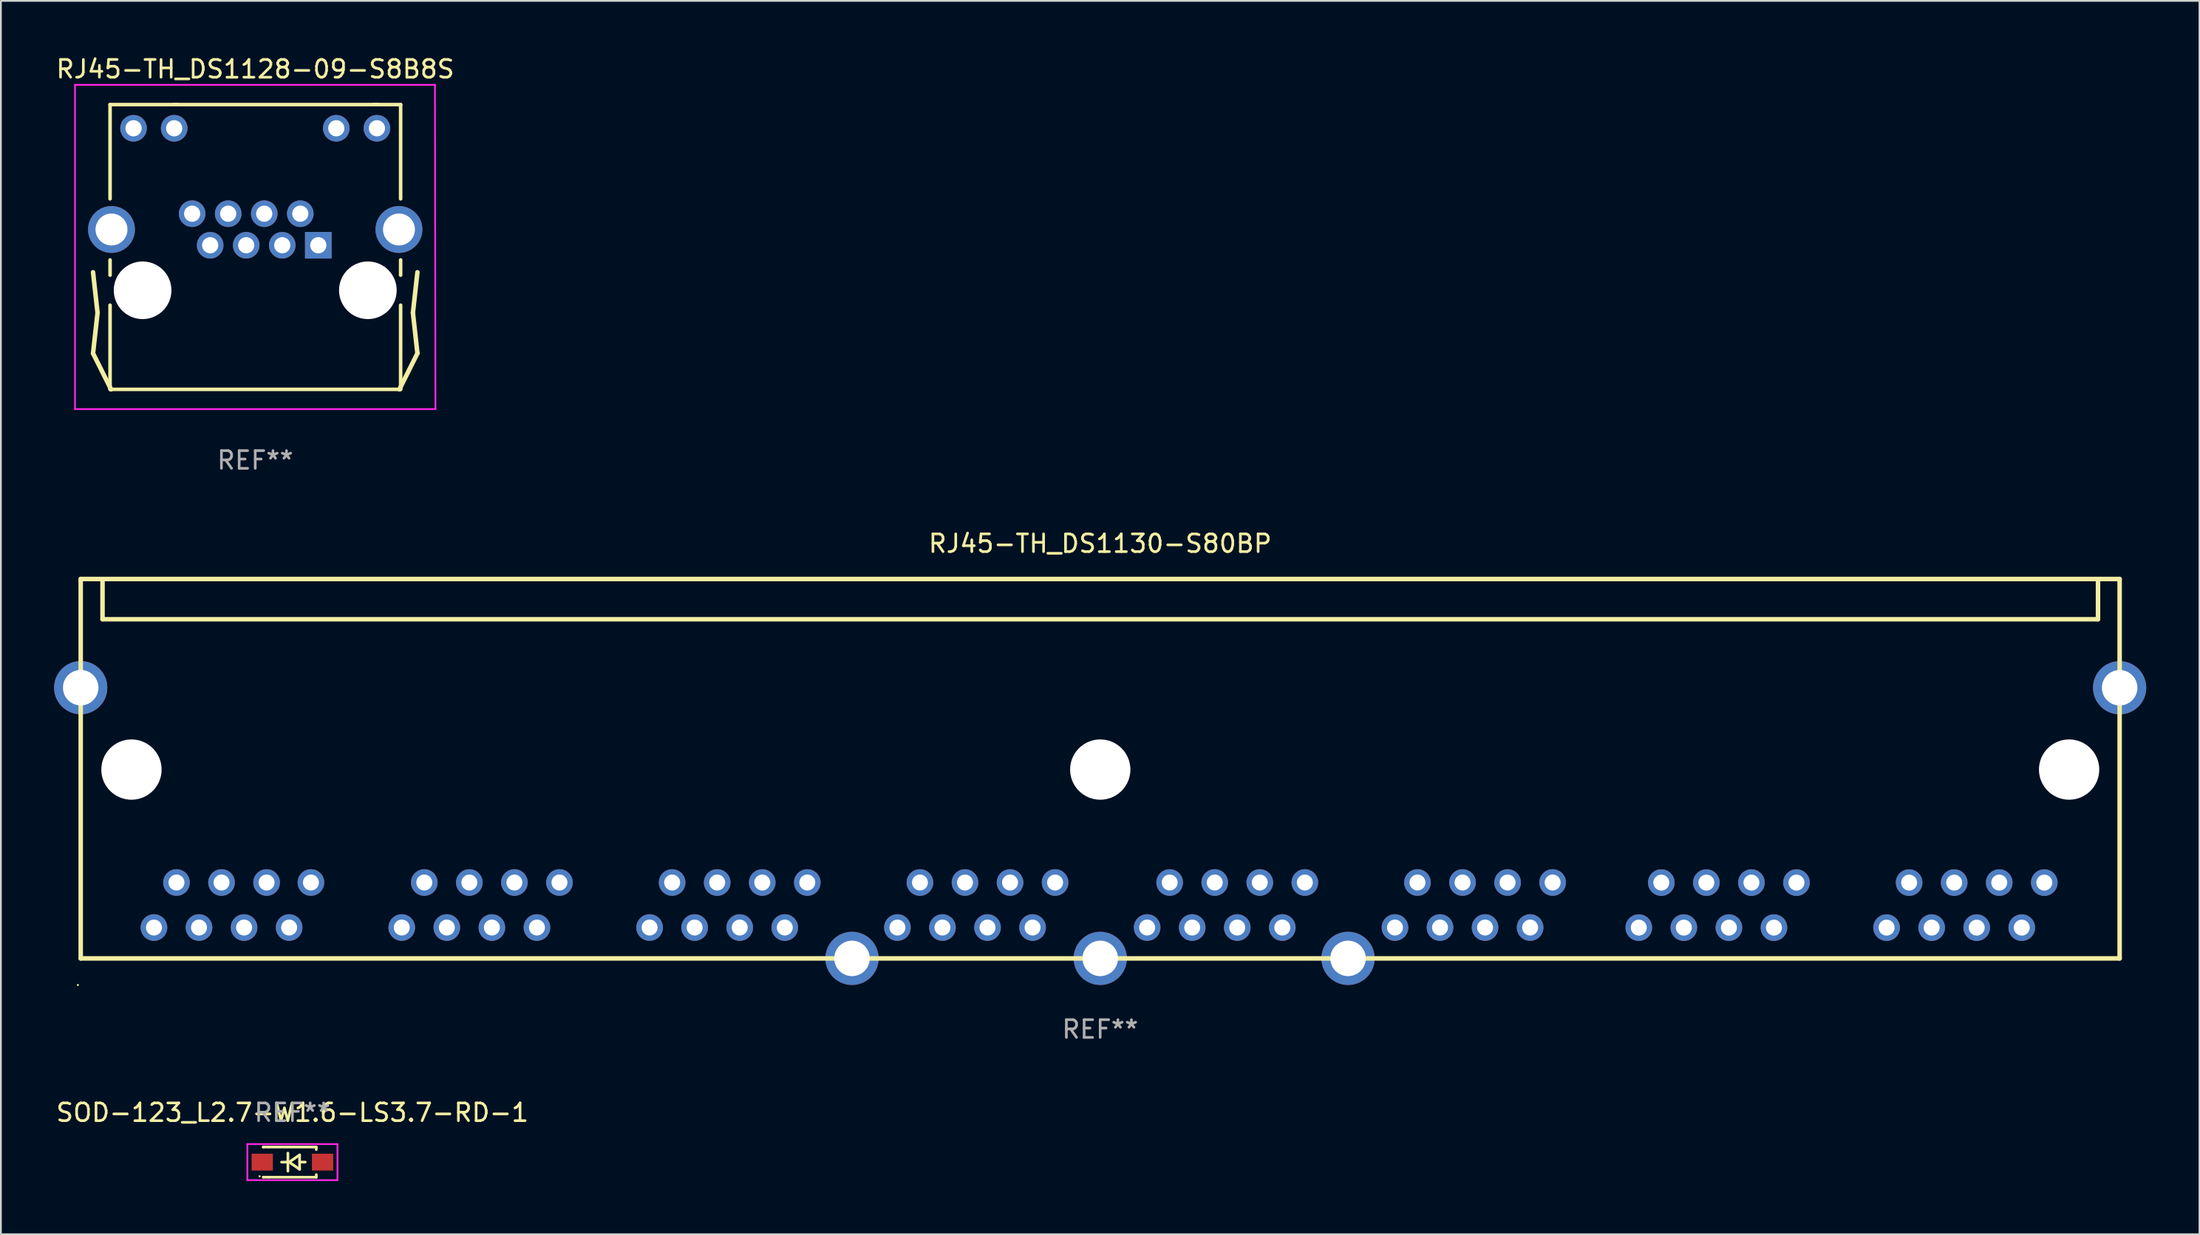
<source format=kicad_pcb>
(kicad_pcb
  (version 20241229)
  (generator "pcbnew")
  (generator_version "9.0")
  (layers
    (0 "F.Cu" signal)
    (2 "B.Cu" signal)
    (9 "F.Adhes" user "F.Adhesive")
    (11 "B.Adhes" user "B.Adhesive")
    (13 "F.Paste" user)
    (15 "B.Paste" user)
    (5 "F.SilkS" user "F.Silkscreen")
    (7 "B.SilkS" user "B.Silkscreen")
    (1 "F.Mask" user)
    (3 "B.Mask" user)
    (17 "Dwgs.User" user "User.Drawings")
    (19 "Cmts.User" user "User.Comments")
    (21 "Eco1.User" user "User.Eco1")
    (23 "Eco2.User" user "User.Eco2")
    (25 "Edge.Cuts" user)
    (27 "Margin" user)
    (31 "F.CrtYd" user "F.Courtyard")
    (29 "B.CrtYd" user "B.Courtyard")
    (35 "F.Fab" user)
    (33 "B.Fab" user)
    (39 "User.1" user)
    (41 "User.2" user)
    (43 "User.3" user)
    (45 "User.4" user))
  (footprint "RJ45-TH_DS1130-S80BP"
    (layer "F.Cu")
    (at 58.974 40.308)
    (property "Reference" "RJ45-TH_DS1130-S80BP" (at 0 -12.7 0) (layer "F.SilkS") (effects (font (size 1 1) (thickness 0.15))))
    (attr through_hole)
    (fp_line (start -57.474 -10.7) (end -57.474 10.7) (stroke (width 0.254) (type solid)) (layer "F.SilkS"))
    (fp_line (start -57.474 -10.7) (end 57.474 -10.7) (stroke (width 0.254) (type solid)) (layer "F.SilkS"))
    (fp_line (start -56.244 -10.68) (end -56.244 -8.43) (stroke (width 0.254) (type solid)) (layer "F.SilkS"))
    (fp_line (start -56.244 -8.43) (end 56.254 -8.43) (stroke (width 0.254) (type solid)) (layer "F.SilkS"))
    (fp_line (start 56.254 -10.68) (end 56.254 -8.43) (stroke (width 0.254) (type solid)) (layer "F.SilkS"))
    (fp_line (start 57.474 10.7) (end -57.474 10.7) (stroke (width 0.254) (type solid)) (layer "F.SilkS"))
    (fp_line (start 57.474 10.7) (end 57.474 -10.7) (stroke (width 0.254) (type solid)) (layer "F.SilkS"))
    (fp_circle (center -57.632 12.199) (end -57.602 12.199) (stroke (width 0.06) (type solid)) (fill no) (layer "F.SilkS"))
    (fp_text user "REF**" (at 0 14.7 0) (layer "F.Fab") (effects (font (size 1 1) (thickness 0.15))))
    (pad "" np_thru_hole circle (at -54.613 0.049) (size 3.4 3.4) (drill 3.4) (layers "*.Cu" "*.Mask"))
    (pad "" np_thru_hole circle (at 0.004 0.049) (size 3.4 3.4) (drill 3.4) (layers "*.Cu" "*.Mask"))
    (pad "" np_thru_hole circle (at 54.625 0.049) (size 3.4 3.4) (drill 3.4) (layers "*.Cu" "*.Mask"))
    (pad "0" thru_hole circle (at -57.474 -4.571) (size 3 3) (drill 2) (layers "*.Cu" "*.Mask"))
    (pad "0" thru_hole circle (at -13.991 10.699) (size 3 3) (drill 2) (layers "*.Cu" "*.Mask"))
    (pad "0" thru_hole circle (at 0.004 10.699) (size 3 3) (drill 2) (layers "*.Cu" "*.Mask"))
    (pad "0" thru_hole circle (at 13.974 10.699) (size 3 3) (drill 2) (layers "*.Cu" "*.Mask"))
    (pad "0" thru_hole circle (at 57.474 -4.566) (size 3 3) (drill 2) (layers "*.Cu" "*.Mask"))
    (pad "1" thru_hole circle (at -53.344 8.959) (size 1.5 1.5) (drill 0.9) (layers "*.Cu" "*.Mask"))
    (pad "2" thru_hole circle (at -52.074 6.419) (size 1.5 1.5) (drill 0.9) (layers "*.Cu" "*.Mask"))
    (pad "3" thru_hole circle (at -50.804 8.959) (size 1.5 1.5) (drill 0.9) (layers "*.Cu" "*.Mask"))
    (pad "4" thru_hole circle (at -49.534 6.419) (size 1.5 1.5) (drill 0.9) (layers "*.Cu" "*.Mask"))
    (pad "5" thru_hole circle (at -48.264 8.959) (size 1.5 1.5) (drill 0.9) (layers "*.Cu" "*.Mask"))
    (pad "6" thru_hole circle (at -46.994 6.419) (size 1.5 1.5) (drill 0.9) (layers "*.Cu" "*.Mask"))
    (pad "7" thru_hole circle (at -45.724 8.959) (size 1.5 1.5) (drill 0.9) (layers "*.Cu" "*.Mask"))
    (pad "8" thru_hole circle (at -44.495 6.419) (size 1.5 1.5) (drill 0.9) (layers "*.Cu" "*.Mask"))
    (pad "9" thru_hole circle (at -39.374 8.959) (size 1.5 1.5) (drill 0.9) (layers "*.Cu" "*.Mask"))
    (pad "10" thru_hole circle (at -38.104 6.419) (size 1.5 1.5) (drill 0.9) (layers "*.Cu" "*.Mask"))
    (pad "11" thru_hole circle (at -36.834 8.959) (size 1.5 1.5) (drill 0.9) (layers "*.Cu" "*.Mask"))
    (pad "12" thru_hole circle (at -35.564 6.419) (size 1.5 1.5) (drill 0.9) (layers "*.Cu" "*.Mask"))
    (pad "13" thru_hole circle (at -34.294 8.959) (size 1.5 1.5) (drill 0.9) (layers "*.Cu" "*.Mask"))
    (pad "14" thru_hole circle (at -33.024 6.419) (size 1.5 1.5) (drill 0.9) (layers "*.Cu" "*.Mask"))
    (pad "15" thru_hole circle (at -31.754 8.959) (size 1.5 1.5) (drill 0.9) (layers "*.Cu" "*.Mask"))
    (pad "16" thru_hole circle (at -30.484 6.419) (size 1.5 1.5) (drill 0.9) (layers "*.Cu" "*.Mask"))
    (pad "17" thru_hole circle (at -25.401 8.959) (size 1.5 1.5) (drill 0.9) (layers "*.Cu" "*.Mask"))
    (pad "18" thru_hole circle (at -24.131 6.419) (size 1.5 1.5) (drill 0.9) (layers "*.Cu" "*.Mask"))
    (pad "19" thru_hole circle (at -22.861 8.959) (size 1.5 1.5) (drill 0.9) (layers "*.Cu" "*.Mask"))
    (pad "20" thru_hole circle (at -21.591 6.419) (size 1.5 1.5) (drill 0.9) (layers "*.Cu" "*.Mask"))
    (pad "21" thru_hole circle (at -20.321 8.959) (size 1.5 1.5) (drill 0.9) (layers "*.Cu" "*.Mask"))
    (pad "22" thru_hole circle (at -19.051 6.419) (size 1.5 1.5) (drill 0.9) (layers "*.Cu" "*.Mask"))
    (pad "23" thru_hole circle (at -17.781 8.959) (size 1.5 1.5) (drill 0.9) (layers "*.Cu" "*.Mask"))
    (pad "24" thru_hole circle (at -16.511 6.419) (size 1.5 1.5) (drill 0.9) (layers "*.Cu" "*.Mask"))
    (pad "25" thru_hole circle (at -11.431 8.959) (size 1.5 1.5) (drill 0.9) (layers "*.Cu" "*.Mask"))
    (pad "26" thru_hole circle (at -10.161 6.419) (size 1.5 1.5) (drill 0.9) (layers "*.Cu" "*.Mask"))
    (pad "27" thru_hole circle (at -8.891 8.959) (size 1.5 1.5) (drill 0.9) (layers "*.Cu" "*.Mask"))
    (pad "28" thru_hole circle (at -7.621 6.419) (size 1.5 1.5) (drill 0.9) (layers "*.Cu" "*.Mask"))
    (pad "29" thru_hole circle (at -6.351 8.959) (size 1.5 1.5) (drill 0.9) (layers "*.Cu" "*.Mask"))
    (pad "30" thru_hole circle (at -5.081 6.419) (size 1.5 1.5) (drill 0.9) (layers "*.Cu" "*.Mask"))
    (pad "31" thru_hole circle (at -3.811 8.959) (size 1.5 1.5) (drill 0.9) (layers "*.Cu" "*.Mask"))
    (pad "32" thru_hole circle (at -2.541 6.419) (size 1.5 1.5) (drill 0.9) (layers "*.Cu" "*.Mask"))
    (pad "33" thru_hole circle (at 2.648 8.959) (size 1.5 1.5) (drill 0.9) (layers "*.Cu" "*.Mask"))
    (pad "34" thru_hole circle (at 3.918 6.419) (size 1.5 1.5) (drill 0.9) (layers "*.Cu" "*.Mask"))
    (pad "35" thru_hole circle (at 5.188 8.959) (size 1.5 1.5) (drill 0.9) (layers "*.Cu" "*.Mask"))
    (pad "36" thru_hole circle (at 6.458 6.419) (size 1.5 1.5) (drill 0.9) (layers "*.Cu" "*.Mask"))
    (pad "37" thru_hole circle (at 7.728 8.959) (size 1.5 1.5) (drill 0.9) (layers "*.Cu" "*.Mask"))
    (pad "38" thru_hole circle (at 8.998 6.419) (size 1.5 1.5) (drill 0.9) (layers "*.Cu" "*.Mask"))
    (pad "39" thru_hole circle (at 10.268 8.959) (size 1.5 1.5) (drill 0.9) (layers "*.Cu" "*.Mask"))
    (pad "40" thru_hole circle (at 11.538 6.419) (size 1.5 1.5) (drill 0.9) (layers "*.Cu" "*.Mask"))
    (pad "41" thru_hole circle (at 16.619 8.959) (size 1.5 1.5) (drill 0.9) (layers "*.Cu" "*.Mask"))
    (pad "42" thru_hole circle (at 17.889 6.419) (size 1.5 1.5) (drill 0.9) (layers "*.Cu" "*.Mask"))
    (pad "43" thru_hole circle (at 19.159 8.959) (size 1.5 1.5) (drill 0.9) (layers "*.Cu" "*.Mask"))
    (pad "44" thru_hole circle (at 20.429 6.419) (size 1.5 1.5) (drill 0.9) (layers "*.Cu" "*.Mask"))
    (pad "45" thru_hole circle (at 21.699 8.959) (size 1.5 1.5) (drill 0.9) (layers "*.Cu" "*.Mask"))
    (pad "46" thru_hole circle (at 22.969 6.419) (size 1.5 1.5) (drill 0.9) (layers "*.Cu" "*.Mask"))
    (pad "47" thru_hole circle (at 24.239 8.959) (size 1.5 1.5) (drill 0.9) (layers "*.Cu" "*.Mask"))
    (pad "48" thru_hole circle (at 25.509 6.419) (size 1.5 1.5) (drill 0.9) (layers "*.Cu" "*.Mask"))
    (pad "49" thru_hole circle (at 30.365 8.964) (size 1.5 1.5) (drill 0.9) (layers "*.Cu" "*.Mask"))
    (pad "50" thru_hole circle (at 31.635 6.424) (size 1.5 1.5) (drill 0.9) (layers "*.Cu" "*.Mask"))
    (pad "51" thru_hole circle (at 32.905 8.964) (size 1.5 1.5) (drill 0.9) (layers "*.Cu" "*.Mask"))
    (pad "52" thru_hole circle (at 34.175 6.424) (size 1.5 1.5) (drill 0.9) (layers "*.Cu" "*.Mask"))
    (pad "53" thru_hole circle (at 35.445 8.964) (size 1.5 1.5) (drill 0.9) (layers "*.Cu" "*.Mask"))
    (pad "54" thru_hole circle (at 36.715 6.424) (size 1.5 1.5) (drill 0.9) (layers "*.Cu" "*.Mask"))
    (pad "55" thru_hole circle (at 37.985 8.964) (size 1.5 1.5) (drill 0.9) (layers "*.Cu" "*.Mask"))
    (pad "56" thru_hole circle (at 39.255 6.424) (size 1.5 1.5) (drill 0.9) (layers "*.Cu" "*.Mask"))
    (pad "57" thru_hole circle (at 44.336 8.964) (size 1.5 1.5) (drill 0.9) (layers "*.Cu" "*.Mask"))
    (pad "58" thru_hole circle (at 45.606 6.424) (size 1.5 1.5) (drill 0.9) (layers "*.Cu" "*.Mask"))
    (pad "59" thru_hole circle (at 46.876 8.964) (size 1.5 1.5) (drill 0.9) (layers "*.Cu" "*.Mask"))
    (pad "60" thru_hole circle (at 48.146 6.424) (size 1.5 1.5) (drill 0.9) (layers "*.Cu" "*.Mask"))
    (pad "61" thru_hole circle (at 49.416 8.964) (size 1.5 1.5) (drill 0.9) (layers "*.Cu" "*.Mask"))
    (pad "62" thru_hole circle (at 50.686 6.424) (size 1.5 1.5) (drill 0.9) (layers "*.Cu" "*.Mask"))
    (pad "63" thru_hole circle (at 51.956 8.964) (size 1.5 1.5) (drill 0.9) (layers "*.Cu" "*.Mask"))
    (pad "64" thru_hole circle (at 53.226 6.424) (size 1.5 1.5) (drill 0.9) (layers "*.Cu" "*.Mask")))
  (footprint "RJ45-TH_DS1128-09-S8B8S"
    (layer "F.Cu")
    (at 11.339 10.88)
    (property "Reference" "RJ45-TH_DS1128-09-S8B8S" (at 0 -10.031 0) (layer "F.SilkS") (effects (font (size 1 1) (thickness 0.15))))
    (attr through_hole)
    (fp_line (start -9.144 5.999) (end -8.89 3.713) (stroke (width 0.254) (type solid)) (layer "F.SilkS"))
    (fp_line (start -8.89 3.713) (end -9.144 1.427) (stroke (width 0.254) (type solid)) (layer "F.SilkS"))
    (fp_line (start -8.184 -8.031) (end -4.366 -8.031) (stroke (width 0.201) (type solid)) (layer "F.SilkS"))
    (fp_line (start -8.184 -2.715) (end -8.184 -8.031) (stroke (width 0.201) (type solid)) (layer "F.SilkS"))
    (fp_line (start -8.184 1.59) (end -8.184 0.732) (stroke (width 0.201) (type solid)) (layer "F.SilkS"))
    (fp_line (start -8.184 8.031) (end -8.184 3.284) (stroke (width 0.201) (type solid)) (layer "F.SilkS"))
    (fp_line (start -8.128 8.031) (end -9.144 5.999) (stroke (width 0.254) (type solid)) (layer "F.SilkS"))
    (fp_line (start 6.942 -8.031) (end -4.608 -8.031) (stroke (width 0.201) (type solid)) (layer "F.SilkS"))
    (fp_line (start 8.128 8.031) (end 9.144 5.999) (stroke (width 0.254) (type solid)) (layer "F.SilkS"))
    (fp_line (start 8.197 -8.031) (end 6.67 -8.031) (stroke (width 0.201) (type solid)) (layer "F.SilkS"))
    (fp_line (start 8.197 -2.715) (end 8.197 -8.031) (stroke (width 0.201) (type solid)) (layer "F.SilkS"))
    (fp_line (start 8.197 1.59) (end 8.197 0.732) (stroke (width 0.201) (type solid)) (layer "F.SilkS"))
    (fp_line (start 8.197 3.284) (end 8.197 8.031) (stroke (width 0.201) (type solid)) (layer "F.SilkS"))
    (fp_line (start 8.197 8.031) (end -8.184 8.031) (stroke (width 0.201) (type solid)) (layer "F.SilkS"))
    (fp_line (start 8.89 3.713) (end 9.144 1.427) (stroke (width 0.254) (type solid)) (layer "F.SilkS"))
    (fp_line (start 9.144 5.999) (end 8.89 3.713) (stroke (width 0.254) (type solid)) (layer "F.SilkS"))
    (fp_line (start -10.16 -9.144) (end 10.132 -9.144) (stroke (width 0.1) (type solid)) (layer "F.CrtYd"))
    (fp_line (start -10.16 9.144) (end -10.16 -9.144) (stroke (width 0.1) (type solid)) (layer "F.CrtYd"))
    (fp_line (start 10.132 -9.144) (end 10.16 9.144) (stroke (width 0.1) (type solid)) (layer "F.CrtYd"))
    (fp_line (start 10.16 9.144) (end -10.16 9.144) (stroke (width 0.1) (type solid)) (layer "F.CrtYd"))
    (fp_text user "REF**" (at 0 12.031 0) (layer "F.Fab") (effects (font (size 1 1) (thickness 0.15))))
    (pad "" np_thru_hole circle (at -6.35 2.443) (size 3.25 3.25) (drill 3.25) (layers "*.Cu" "*.Mask"))
    (pad "" np_thru_hole circle (at 6.35 2.443) (size 3.25 3.25) (drill 3.25) (layers "*.Cu" "*.Mask"))
    (pad "1" thru_hole rect (at 3.556 -0.097 180) (size 1.499 1.499) (drill 0.914) (layers "*.Cu" "*.Mask"))
    (pad "2" thru_hole circle (at 2.54 -1.877) (size 1.499 1.499) (drill 0.914) (layers "*.Cu" "*.Mask"))
    (pad "3" thru_hole circle (at 1.524 -0.097) (size 1.499 1.499) (drill 0.914) (layers "*.Cu" "*.Mask"))
    (pad "4" thru_hole circle (at 0.508 -1.877) (size 1.499 1.499) (drill 0.914) (layers "*.Cu" "*.Mask"))
    (pad "5" thru_hole circle (at -0.508 -0.097) (size 1.499 1.499) (drill 0.914) (layers "*.Cu" "*.Mask"))
    (pad "6" thru_hole circle (at -1.524 -1.877) (size 1.499 1.499) (drill 0.914) (layers "*.Cu" "*.Mask"))
    (pad "7" thru_hole circle (at -2.54 -0.097) (size 1.499 1.499) (drill 0.914) (layers "*.Cu" "*.Mask"))
    (pad "8" thru_hole circle (at -3.556 -1.877) (size 1.499 1.499) (drill 0.914) (layers "*.Cu" "*.Mask"))
    (pad "9" thru_hole circle (at 6.861 -6.695) (size 1.499 1.499) (drill 0.914) (layers "*.Cu" "*.Mask"))
    (pad "10" thru_hole circle (at 4.569 -6.695) (size 1.499 1.499) (drill 0.914) (layers "*.Cu" "*.Mask"))
    (pad "11" thru_hole circle (at -4.569 -6.695) (size 1.499 1.499) (drill 0.914) (layers "*.Cu" "*.Mask"))
    (pad "12" thru_hole circle (at -6.861 -6.695) (size 1.499 1.499) (drill 0.914) (layers "*.Cu" "*.Mask"))
    (pad "13" thru_hole circle (at -8.103 -0.986) (size 2.642 2.642) (drill 1.8) (layers "*.Cu" "*.Mask"))
    (pad "14" thru_hole circle (at 8.103 -0.986) (size 2.642 2.642) (drill 1.8) (layers "*.Cu" "*.Mask")))
  (footprint "SOD-123_L2.7-W1.6-LS3.7-RD-1"
    (layer "F.Cu")
    (at 13.435 62.498)
    (property "Reference" "SOD-123_L2.7-W1.6-LS3.7-RD-1" (at 0 -2.794 0) (layer "F.SilkS") (effects (font (size 1 1) (thickness 0.15))))
    (attr through_hole)
    (fp_line (start -1.643 -0.85) (end -1.644 -0.849) (stroke (width 0.152) (type solid)) (layer "F.SilkS"))
    (fp_line (start -1.638 0.85) (end -1.639 0.849) (stroke (width 0.152) (type solid)) (layer "F.SilkS"))
    (fp_line (start -1.346 -0.85) (end -1.643 -0.85) (stroke (width 0.152) (type solid)) (layer "F.SilkS"))
    (fp_line (start -1.346 -0.85) (end 1.346 -0.85) (stroke (width 0.152) (type solid)) (layer "F.SilkS"))
    (fp_line (start -1.346 0.85) (end -1.638 0.85) (stroke (width 0.152) (type solid)) (layer "F.SilkS"))
    (fp_line (start -0.28 0) (end -0.61 0) (stroke (width 0.152) (type solid)) (layer "F.SilkS"))
    (fp_line (start -0.254 -0.508) (end -0.254 0.508) (stroke (width 0.152) (type solid)) (layer "F.SilkS"))
    (fp_line (start -0.178 0) (end 0.406 -0.406) (stroke (width 0.152) (type solid)) (layer "F.SilkS"))
    (fp_line (start 0.406 -0.406) (end 0.406 0.406) (stroke (width 0.152) (type solid)) (layer "F.SilkS"))
    (fp_line (start 0.406 -0.000254) (end 0.72 -0.000254) (stroke (width 0.152) (type solid)) (layer "F.SilkS"))
    (fp_line (start 0.406 0.406) (end -0.178 0) (stroke (width 0.152) (type solid)) (layer "F.SilkS"))
    (fp_line (start 1.346 -0.85) (end 1.346 -0.706) (stroke (width 0.152) (type solid)) (layer "F.SilkS"))
    (fp_line (start 1.346 0.706) (end 1.346 0.85) (stroke (width 0.152) (type solid)) (layer "F.SilkS"))
    (fp_line (start 1.346 0.85) (end -1.346 0.85) (stroke (width 0.152) (type solid)) (layer "F.SilkS"))
    (fp_circle (center -1.85 0.8) (end -1.82 0.8) (stroke (width 0.06) (type solid)) (fill no) (layer "F.SilkS"))
    (fp_line (start -2.54 -1.016) (end 2.54 -1.016) (stroke (width 0.1) (type solid)) (layer "F.CrtYd"))
    (fp_line (start -2.54 1.016) (end -2.54 -1.016) (stroke (width 0.1) (type solid)) (layer "F.CrtYd"))
    (fp_line (start 2.54 -1.016) (end 2.54 1.016) (stroke (width 0.1) (type solid)) (layer "F.CrtYd"))
    (fp_line (start 2.54 1.016) (end -2.54 1.016) (stroke (width 0.1) (type solid)) (layer "F.CrtYd"))
    (fp_text user "REF**" (at 0 -2.794 0) (layer "F.Fab") (effects (font (size 1 1) (thickness 0.15))))
    (pad "1" smd rect (at -1.7 0) (size 1.2 0.95) (layers "F.Cu" "F.Mask" "F.Paste"))
    (pad "2" smd rect (at 1.7 0) (size 1.2 0.95) (layers "F.Cu" "F.Mask" "F.Paste")))
  (gr_rect
    (start -3 -3)
    (end 120.948 66.564)
    (stroke (width 0.1) (type default))
    (fill no)
    (layer "Edge.Cuts")))
</source>
